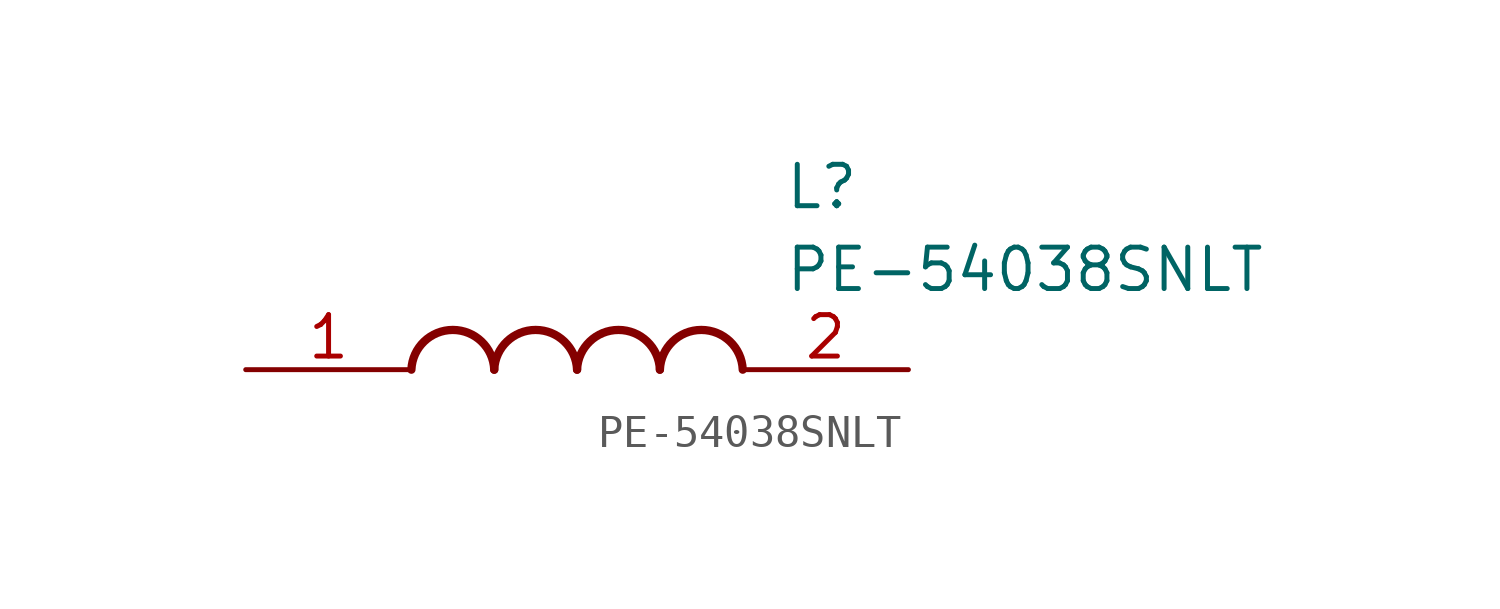
<source format=kicad_sym>
(kicad_symbol_lib
  (version 20211014)
  (generator SamacSys_ECAD_Model)
  (symbol "PE-54038SNLT"
    (pin_names hide)
    (property "Reference" "L"
      (at 16.51 6.35 0)
      (effects (font (size 1.27 1.27)) (justify left top)))
    (property "Value" "PE-54038SNLT"
      (at 16.51 3.81 0)
      (effects (font (size 1.27 1.27)) (justify left top)))
    (arc
      (start 7.62 0)
      (mid 6.35 1.219)
      (end 5.08 0)
      (stroke (width 0.254) (type default))
      (fill (type none)))
    (arc
      (start 10.16 0)
      (mid 8.89 1.219)
      (end 7.62 0)
      (stroke (width 0.254) (type default))
      (fill (type none)))
    (arc
      (start 12.7 0)
      (mid 11.43 1.219)
      (end 10.16 0)
      (stroke (width 0.254) (type default))
      (fill (type none)))
    (arc
      (start 15.24 0)
      (mid 13.97 1.219)
      (end 12.7 0)
      (stroke (width 0.254) (type default))
      (fill (type none)))
    (pin passive line
      (at 0 0 0)
      (length 5.08)
      (name "1" (effects (font (size 1.27 1.27))))
      (number "1" (effects (font (size 1.27 1.27)))))
    (pin passive line
      (at 20.32 0 180)
      (length 5.08)
      (name "2" (effects (font (size 1.27 1.27))))
      (number "2" (effects (font (size 1.27 1.27)))))))
</source>
